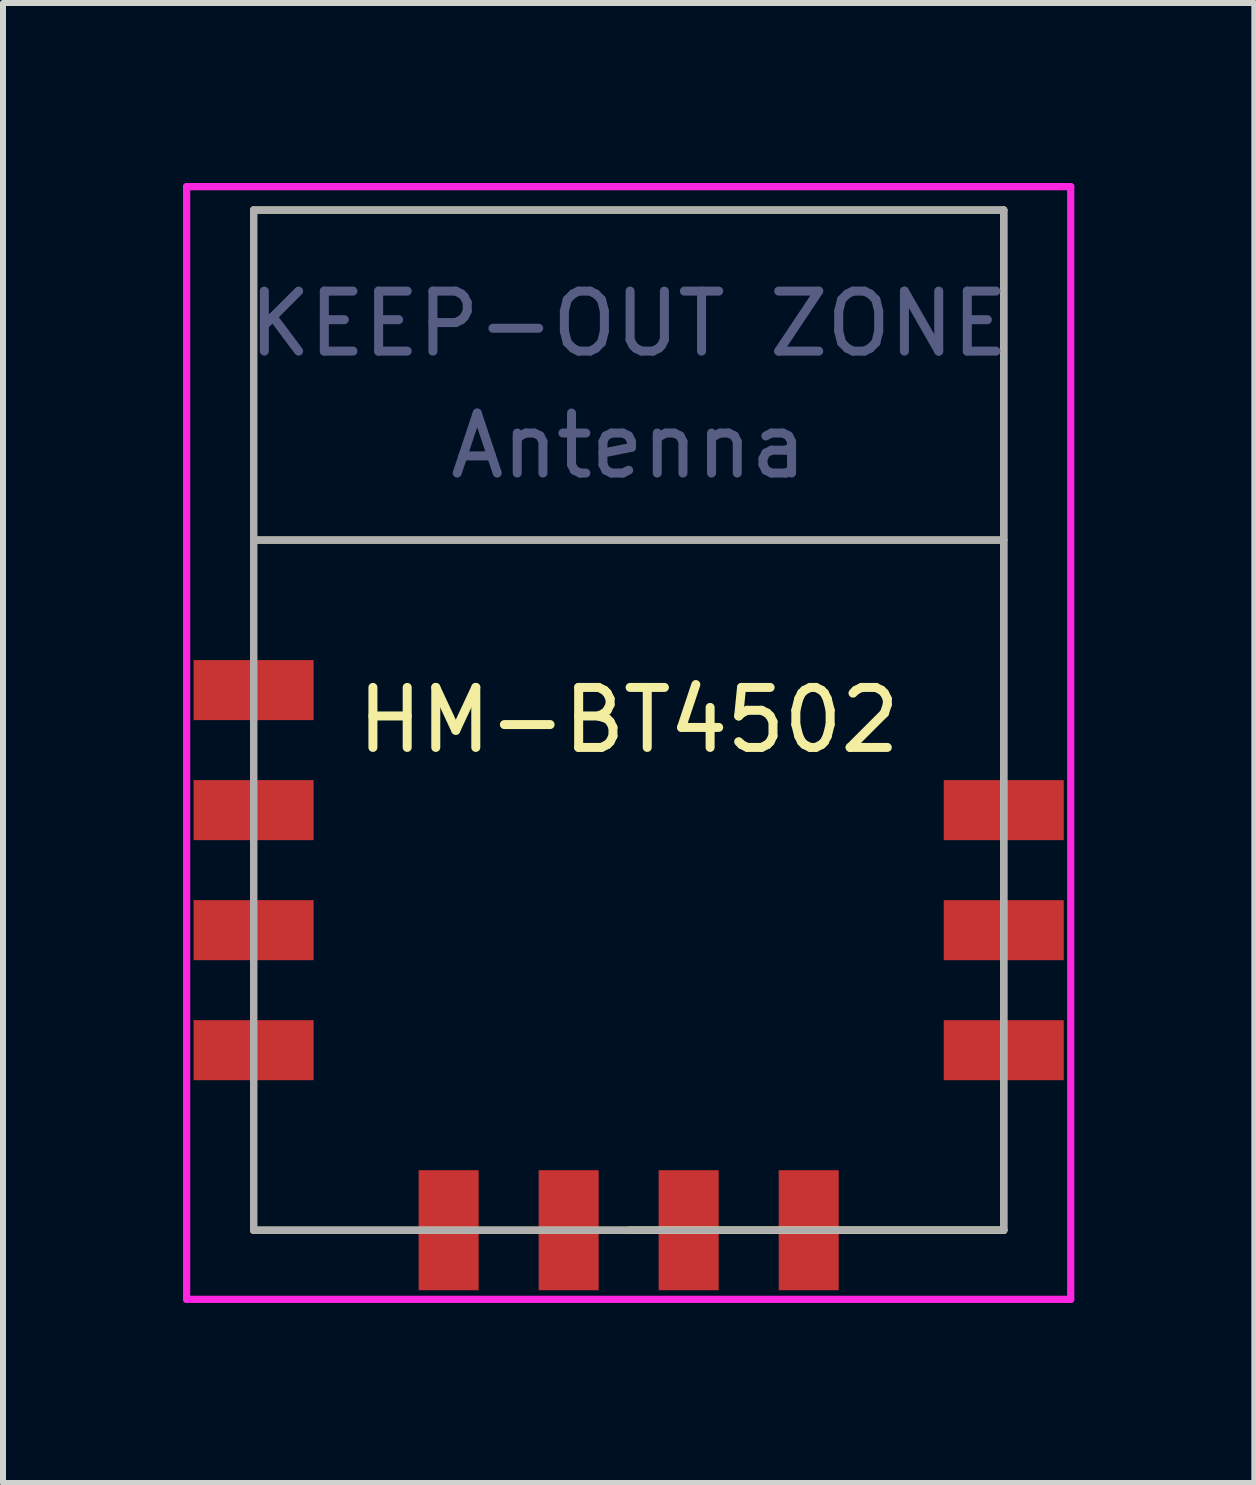
<source format=kicad_pcb>
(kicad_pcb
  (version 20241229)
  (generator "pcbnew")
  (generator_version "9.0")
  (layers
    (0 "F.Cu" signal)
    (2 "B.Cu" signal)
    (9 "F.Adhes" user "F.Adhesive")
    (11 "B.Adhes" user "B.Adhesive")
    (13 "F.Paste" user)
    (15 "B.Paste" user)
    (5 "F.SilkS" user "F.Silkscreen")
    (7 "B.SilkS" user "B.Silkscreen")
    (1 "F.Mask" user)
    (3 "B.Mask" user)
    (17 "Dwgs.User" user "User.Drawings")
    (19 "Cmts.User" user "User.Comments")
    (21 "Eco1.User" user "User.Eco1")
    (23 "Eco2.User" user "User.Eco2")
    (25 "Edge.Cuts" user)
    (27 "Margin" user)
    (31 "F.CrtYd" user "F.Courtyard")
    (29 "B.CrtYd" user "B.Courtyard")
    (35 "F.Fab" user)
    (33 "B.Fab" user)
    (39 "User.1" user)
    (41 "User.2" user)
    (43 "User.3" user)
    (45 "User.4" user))
  (footprint "HM-BT4502"
    (layer "F.Cu")
    (at 7.426 8.95)
    (property "Reference" "HM-BT4502" (at 0 0 0) (layer "F.SilkS") (effects (font (size 1 1) (thickness 0.15))))
    (attr through_hole)
    (fp_line (start -6.25 -8.5) (end -6.25 8.5) (stroke (width 0.12) (type solid)) (layer "F.SilkS"))
    (fp_line (start -6.25 -8.5) (end 6.25 -8.5) (stroke (width 0.12) (type solid)) (layer "F.SilkS"))
    (fp_line (start -6.25 -3) (end 6.25 -3) (stroke (width 0.12) (type solid)) (layer "F.SilkS"))
    (fp_line (start -6.25 8.5) (end 6.25 8.5) (stroke (width 0.12) (type solid)) (layer "F.SilkS"))
    (fp_line (start 0 8.5) (end 6.25 8.5) (stroke (width 0.12) (type solid)) (layer "F.SilkS"))
    (fp_line (start 6.25 -8.5) (end 6.25 8.5) (stroke (width 0.12) (type solid)) (layer "F.SilkS"))
    (fp_line (start -7.366 -8.89) (end -7.366 9.652) (stroke (width 0.12) (type solid)) (layer "F.CrtYd"))
    (fp_line (start -7.366 9.652) (end 7.366 9.652) (stroke (width 0.12) (type solid)) (layer "F.CrtYd"))
    (fp_line (start 7.366 -8.89) (end -7.366 -8.89) (stroke (width 0.12) (type solid)) (layer "F.CrtYd"))
    (fp_line (start 7.366 9.652) (end 7.366 -8.89) (stroke (width 0.12) (type solid)) (layer "F.CrtYd"))
    (fp_line (start -6.25 -8.5) (end -6.25 8.5) (stroke (width 0.12) (type solid)) (layer "F.Fab"))
    (fp_line (start -6.25 -8.5) (end 6.25 -8.5) (stroke (width 0.12) (type solid)) (layer "F.Fab"))
    (fp_line (start -6.25 -3) (end 6.25 -3) (stroke (width 0.12) (type solid)) (layer "F.Fab"))
    (fp_line (start -6.25 8.5) (end 6.25 8.5) (stroke (width 0.12) (type solid)) (layer "F.Fab"))
    (fp_line (start 6.25 -8.5) (end 6.25 8.5) (stroke (width 0.12) (type solid)) (layer "F.Fab"))
    (fp_text user "KEEP-OUT ZONE" (at 0 -6.604 0) (layer "B.Fab") (effects (font (size 1 1) (thickness 0.15))))
    (fp_text user "Antenna" (at 0 -4.572 0) (layer "B.Fab") (effects (font (size 1 1) (thickness 0.15))))
    (pad "1" smd rect (at 6.25 1.5) (size 2 1) (layers "F.Cu" "F.Mask" "F.Paste"))
    (pad "2" smd rect (at 6.25 3.5) (size 2 1) (layers "F.Cu" "F.Mask" "F.Paste"))
    (pad "3" smd rect (at 6.25 5.5) (size 2 1) (layers "F.Cu" "F.Mask" "F.Paste"))
    (pad "4" smd rect (at 3 8.5 90) (size 2 1) (layers "F.Cu" "F.Mask" "F.Paste"))
    (pad "5" smd rect (at 1 8.5 90) (size 2 1) (layers "F.Cu" "F.Mask" "F.Paste"))
    (pad "6" smd rect (at -1 8.5 90) (size 2 1) (layers "F.Cu" "F.Mask" "F.Paste"))
    (pad "7" smd rect (at -3 8.5 90) (size 2 1) (layers "F.Cu" "F.Mask" "F.Paste"))
    (pad "8" smd rect (at -6.25 5.5) (size 2 1) (layers "F.Cu" "F.Mask" "F.Paste"))
    (pad "9" smd rect (at -6.25 3.5) (size 2 1) (layers "F.Cu" "F.Mask" "F.Paste"))
    (pad "10" smd rect (at -6.25 1.5) (size 2 1) (layers "F.Cu" "F.Mask" "F.Paste"))
    (pad "11" smd rect (at -6.25 -0.5) (size 2 1) (layers "F.Cu" "F.Mask" "F.Paste")))
  (gr_rect
    (start -3 -3)
    (end 17.852 21.662)
    (stroke (width 0.1) (type default))
    (fill no)
    (layer "Edge.Cuts")))
</source>
